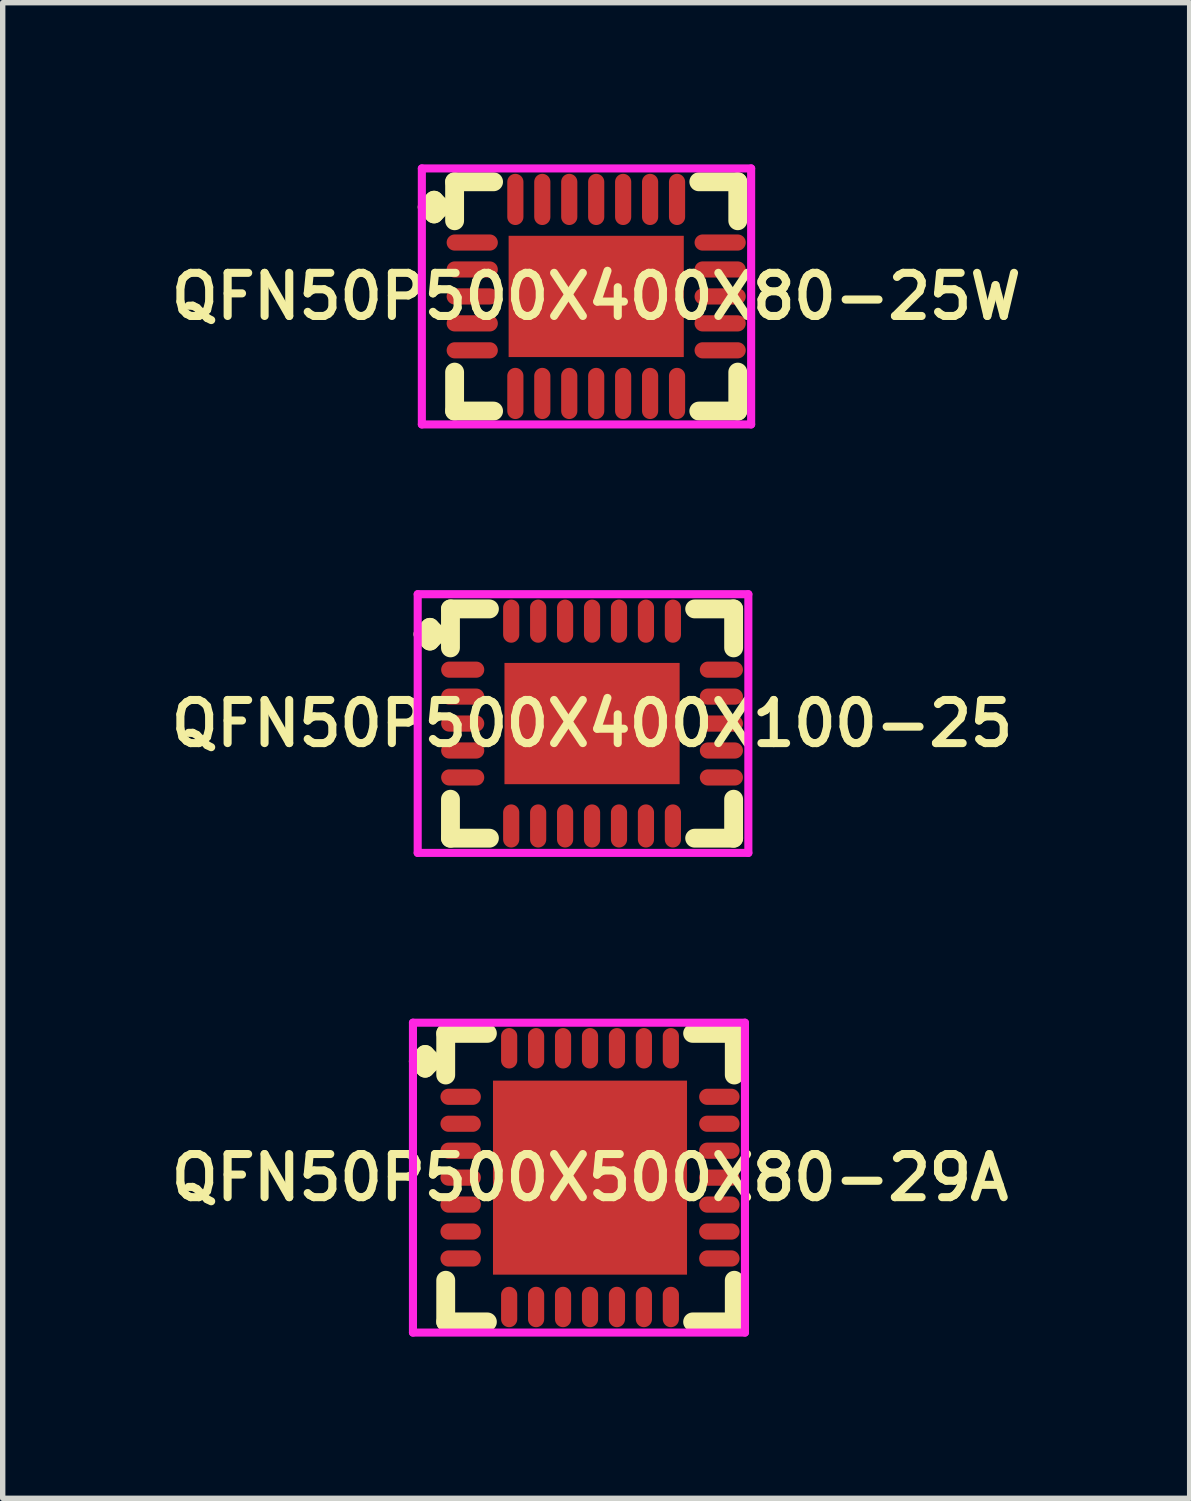
<source format=kicad_pcb>
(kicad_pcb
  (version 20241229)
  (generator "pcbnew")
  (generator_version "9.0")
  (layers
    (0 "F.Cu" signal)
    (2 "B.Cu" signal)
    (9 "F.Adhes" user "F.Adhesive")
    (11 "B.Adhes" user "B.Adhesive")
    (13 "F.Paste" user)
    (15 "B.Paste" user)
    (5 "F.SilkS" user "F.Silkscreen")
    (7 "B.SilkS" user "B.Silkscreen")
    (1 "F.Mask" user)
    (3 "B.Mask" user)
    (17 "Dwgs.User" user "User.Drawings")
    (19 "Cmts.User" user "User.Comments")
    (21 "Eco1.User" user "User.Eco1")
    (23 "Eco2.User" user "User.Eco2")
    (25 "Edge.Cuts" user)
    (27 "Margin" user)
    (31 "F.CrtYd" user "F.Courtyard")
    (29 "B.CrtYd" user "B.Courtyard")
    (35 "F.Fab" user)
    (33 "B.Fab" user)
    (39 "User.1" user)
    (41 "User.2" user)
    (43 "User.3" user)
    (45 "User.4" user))
  (footprint "QFN50P500X400X80-25W"
    (layer "F.Cu")
    (at 8.012 2.45)
    (property "Reference" "QFN50P500X400X80-25W" (at 0 0 0) (layer "F.SilkS") (effects (font (size 0.8 0.8) (thickness 0.15))))
    (attr smd)
    (fp_line (start -3.135 -1.658) (end -3.008 -1.785) (stroke (width 0.35) (type solid)) (layer "F.SilkS"))
    (fp_line (start -3.008 -1.785) (end -2.881 -1.658) (stroke (width 0.35) (type solid)) (layer "F.SilkS"))
    (fp_line (start -3.008 -1.531) (end -3.135 -1.658) (stroke (width 0.35) (type solid)) (layer "F.SilkS"))
    (fp_line (start -2.881 -1.658) (end -3.008 -1.531) (stroke (width 0.35) (type solid)) (layer "F.SilkS"))
    (fp_line (start -2.627 -2.127) (end -1.904 -2.127) (stroke (width 0.35) (type solid)) (layer "F.SilkS"))
    (fp_line (start -2.627 -1.404) (end -2.627 -2.127) (stroke (width 0.35) (type solid)) (layer "F.SilkS"))
    (fp_line (start -2.627 1.404) (end -2.627 2.127) (stroke (width 0.35) (type solid)) (layer "F.SilkS"))
    (fp_line (start -2.627 2.127) (end -1.904 2.127) (stroke (width 0.35) (type solid)) (layer "F.SilkS"))
    (fp_line (start 1.904 -2.127) (end 2.627 -2.127) (stroke (width 0.35) (type solid)) (layer "F.SilkS"))
    (fp_line (start 1.904 2.127) (end 2.627 2.127) (stroke (width 0.35) (type solid)) (layer "F.SilkS"))
    (fp_line (start 2.627 -2.127) (end 2.627 -1.404) (stroke (width 0.35) (type solid)) (layer "F.SilkS"))
    (fp_line (start 2.627 2.127) (end 2.627 1.404) (stroke (width 0.35) (type solid)) (layer "F.SilkS"))
    (fp_line (start -3.235 -2.375) (end 2.875 -2.375) (stroke (width 0.15) (type solid)) (layer "F.CrtYd"))
    (fp_line (start -3.235 2.375) (end -3.235 -2.375) (stroke (width 0.15) (type solid)) (layer "F.CrtYd"))
    (fp_line (start 2.875 -2.375) (end 2.875 2.375) (stroke (width 0.15) (type solid)) (layer "F.CrtYd"))
    (fp_line (start 2.875 2.375) (end -3.235 2.375) (stroke (width 0.15) (type solid)) (layer "F.CrtYd"))
    (pad "1" smd oval (at -2.3 -1) (size 0.95 0.3) (layers "F.Cu" "F.Mask" "F.Paste"))
    (pad "2" smd oval (at -2.3 -0.5) (size 0.95 0.3) (layers "F.Cu" "F.Mask" "F.Paste"))
    (pad "3" smd oval (at -2.3 0) (size 0.95 0.3) (layers "F.Cu" "F.Mask" "F.Paste"))
    (pad "4" smd oval (at -2.3 0.5) (size 0.95 0.3) (layers "F.Cu" "F.Mask" "F.Paste"))
    (pad "5" smd oval (at -2.3 1) (size 0.95 0.3) (layers "F.Cu" "F.Mask" "F.Paste"))
    (pad "6" smd oval (at -1.5 1.8) (size 0.3 0.95) (layers "F.Cu" "F.Mask" "F.Paste"))
    (pad "7" smd oval (at -1 1.8) (size 0.3 0.95) (layers "F.Cu" "F.Mask" "F.Paste"))
    (pad "8" smd oval (at -0.5 1.8) (size 0.3 0.95) (layers "F.Cu" "F.Mask" "F.Paste"))
    (pad "9" smd oval (at 0 1.8) (size 0.3 0.95) (layers "F.Cu" "F.Mask" "F.Paste"))
    (pad "10" smd oval (at 0.5 1.8) (size 0.3 0.95) (layers "F.Cu" "F.Mask" "F.Paste"))
    (pad "11" smd oval (at 1 1.8) (size 0.3 0.95) (layers "F.Cu" "F.Mask" "F.Paste"))
    (pad "12" smd oval (at 1.5 1.8) (size 0.3 0.95) (layers "F.Cu" "F.Mask" "F.Paste"))
    (pad "13" smd oval (at 2.3 1) (size 0.95 0.3) (layers "F.Cu" "F.Mask" "F.Paste"))
    (pad "14" smd oval (at 2.3 0.5) (size 0.95 0.3) (layers "F.Cu" "F.Mask" "F.Paste"))
    (pad "15" smd oval (at 2.3 0) (size 0.95 0.3) (layers "F.Cu" "F.Mask" "F.Paste"))
    (pad "16" smd oval (at 2.3 -0.5) (size 0.95 0.3) (layers "F.Cu" "F.Mask" "F.Paste"))
    (pad "17" smd oval (at 2.3 -1) (size 0.95 0.3) (layers "F.Cu" "F.Mask" "F.Paste"))
    (pad "18" smd oval (at 1.5 -1.8) (size 0.3 0.95) (layers "F.Cu" "F.Mask" "F.Paste"))
    (pad "19" smd oval (at 1 -1.8) (size 0.3 0.95) (layers "F.Cu" "F.Mask" "F.Paste"))
    (pad "20" smd oval (at 0.5 -1.8) (size 0.3 0.95) (layers "F.Cu" "F.Mask" "F.Paste"))
    (pad "21" smd oval (at 0 -1.8) (size 0.3 0.95) (layers "F.Cu" "F.Mask" "F.Paste"))
    (pad "22" smd oval (at -0.5 -1.8) (size 0.3 0.95) (layers "F.Cu" "F.Mask" "F.Paste"))
    (pad "23" smd oval (at -1 -1.8) (size 0.3 0.95) (layers "F.Cu" "F.Mask" "F.Paste"))
    (pad "24" smd oval (at -1.5 -1.8) (size 0.3 0.95) (layers "F.Cu" "F.Mask" "F.Paste"))
    (pad "25" smd rect (at 0 0) (size 3.25 2.25) (layers "F.Cu" "F.Mask" "F.Paste")))
  (footprint "QFN50P500X400X100-25"
    (layer "F.Cu")
    (at 7.935 10.375)
    (property "Reference" "QFN50P500X400X100-25" (at 0 0 0) (layer "F.SilkS") (effects (font (size 0.8 0.8) (thickness 0.15))))
    (attr smd)
    (fp_line (start -3.135 -1.658) (end -3.008 -1.785) (stroke (width 0.35) (type solid)) (layer "F.SilkS"))
    (fp_line (start -3.008 -1.785) (end -2.881 -1.658) (stroke (width 0.35) (type solid)) (layer "F.SilkS"))
    (fp_line (start -3.008 -1.531) (end -3.135 -1.658) (stroke (width 0.35) (type solid)) (layer "F.SilkS"))
    (fp_line (start -2.881 -1.658) (end -3.008 -1.531) (stroke (width 0.35) (type solid)) (layer "F.SilkS"))
    (fp_line (start -2.627 -2.127) (end -1.904 -2.127) (stroke (width 0.35) (type solid)) (layer "F.SilkS"))
    (fp_line (start -2.627 -1.404) (end -2.627 -2.127) (stroke (width 0.35) (type solid)) (layer "F.SilkS"))
    (fp_line (start -2.627 1.404) (end -2.627 2.127) (stroke (width 0.35) (type solid)) (layer "F.SilkS"))
    (fp_line (start -2.627 2.127) (end -1.904 2.127) (stroke (width 0.35) (type solid)) (layer "F.SilkS"))
    (fp_line (start 1.904 -2.127) (end 2.627 -2.127) (stroke (width 0.35) (type solid)) (layer "F.SilkS"))
    (fp_line (start 1.904 2.127) (end 2.627 2.127) (stroke (width 0.35) (type solid)) (layer "F.SilkS"))
    (fp_line (start 2.627 -2.127) (end 2.627 -1.404) (stroke (width 0.35) (type solid)) (layer "F.SilkS"))
    (fp_line (start 2.627 2.127) (end 2.627 1.404) (stroke (width 0.35) (type solid)) (layer "F.SilkS"))
    (fp_line (start -3.235 -2.4) (end 2.9 -2.4) (stroke (width 0.15) (type solid)) (layer "F.CrtYd"))
    (fp_line (start -3.235 2.4) (end -3.235 -2.4) (stroke (width 0.15) (type solid)) (layer "F.CrtYd"))
    (fp_line (start 2.9 -2.4) (end 2.9 2.4) (stroke (width 0.15) (type solid)) (layer "F.CrtYd"))
    (fp_line (start 2.9 2.4) (end -3.235 2.4) (stroke (width 0.15) (type solid)) (layer "F.CrtYd"))
    (pad "1" smd oval (at -2.4 -1) (size 0.8 0.3) (layers "F.Cu" "F.Mask" "F.Paste"))
    (pad "2" smd oval (at -2.4 -0.5) (size 0.8 0.3) (layers "F.Cu" "F.Mask" "F.Paste"))
    (pad "3" smd oval (at -2.4 0) (size 0.8 0.3) (layers "F.Cu" "F.Mask" "F.Paste"))
    (pad "4" smd oval (at -2.4 0.5) (size 0.8 0.3) (layers "F.Cu" "F.Mask" "F.Paste"))
    (pad "5" smd oval (at -2.4 1) (size 0.8 0.3) (layers "F.Cu" "F.Mask" "F.Paste"))
    (pad "6" smd oval (at -1.5 1.9) (size 0.3 0.8) (layers "F.Cu" "F.Mask" "F.Paste"))
    (pad "7" smd oval (at -1 1.9) (size 0.3 0.8) (layers "F.Cu" "F.Mask" "F.Paste"))
    (pad "8" smd oval (at -0.5 1.9) (size 0.3 0.8) (layers "F.Cu" "F.Mask" "F.Paste"))
    (pad "9" smd oval (at 0 1.9) (size 0.3 0.8) (layers "F.Cu" "F.Mask" "F.Paste"))
    (pad "10" smd oval (at 0.5 1.9) (size 0.3 0.8) (layers "F.Cu" "F.Mask" "F.Paste"))
    (pad "11" smd oval (at 1 1.9) (size 0.3 0.8) (layers "F.Cu" "F.Mask" "F.Paste"))
    (pad "12" smd oval (at 1.5 1.9) (size 0.3 0.8) (layers "F.Cu" "F.Mask" "F.Paste"))
    (pad "13" smd oval (at 2.4 1) (size 0.8 0.3) (layers "F.Cu" "F.Mask" "F.Paste"))
    (pad "14" smd oval (at 2.4 0.5) (size 0.8 0.3) (layers "F.Cu" "F.Mask" "F.Paste"))
    (pad "15" smd oval (at 2.4 0) (size 0.8 0.3) (layers "F.Cu" "F.Mask" "F.Paste"))
    (pad "16" smd oval (at 2.4 -0.5) (size 0.8 0.3) (layers "F.Cu" "F.Mask" "F.Paste"))
    (pad "17" smd oval (at 2.4 -1) (size 0.8 0.3) (layers "F.Cu" "F.Mask" "F.Paste"))
    (pad "18" smd oval (at 1.5 -1.9) (size 0.3 0.8) (layers "F.Cu" "F.Mask" "F.Paste"))
    (pad "19" smd oval (at 1 -1.9) (size 0.3 0.8) (layers "F.Cu" "F.Mask" "F.Paste"))
    (pad "20" smd oval (at 0.5 -1.9) (size 0.3 0.8) (layers "F.Cu" "F.Mask" "F.Paste"))
    (pad "21" smd oval (at 0 -1.9) (size 0.3 0.8) (layers "F.Cu" "F.Mask" "F.Paste"))
    (pad "22" smd oval (at -0.5 -1.9) (size 0.3 0.8) (layers "F.Cu" "F.Mask" "F.Paste"))
    (pad "23" smd oval (at -1 -1.9) (size 0.3 0.8) (layers "F.Cu" "F.Mask" "F.Paste"))
    (pad "24" smd oval (at -1.5 -1.9) (size 0.3 0.8) (layers "F.Cu" "F.Mask" "F.Paste"))
    (pad "25" smd rect (at 0 0) (size 3.25 2.25) (layers "F.Cu" "F.Mask" "F.Paste")))
  (footprint "QFN50P500X500X80-29A"
    (layer "F.Cu")
    (at 7.897 18.8)
    (property "Reference" "QFN50P500X500X80-29A" (at 0 0 0) (layer "F.SilkS") (effects (font (size 0.8 0.8) (thickness 0.15))))
    (attr smd)
    (fp_line (start -3.185 -2.158) (end -3.058 -2.285) (stroke (width 0.35) (type solid)) (layer "F.SilkS"))
    (fp_line (start -3.058 -2.285) (end -2.931 -2.158) (stroke (width 0.35) (type solid)) (layer "F.SilkS"))
    (fp_line (start -3.058 -2.031) (end -3.185 -2.158) (stroke (width 0.35) (type solid)) (layer "F.SilkS"))
    (fp_line (start -2.931 -2.158) (end -3.058 -2.031) (stroke (width 0.35) (type solid)) (layer "F.SilkS"))
    (fp_line (start -2.677 -2.677) (end -1.904 -2.677) (stroke (width 0.35) (type solid)) (layer "F.SilkS"))
    (fp_line (start -2.677 -1.904) (end -2.677 -2.677) (stroke (width 0.35) (type solid)) (layer "F.SilkS"))
    (fp_line (start -2.677 1.904) (end -2.677 2.677) (stroke (width 0.35) (type solid)) (layer "F.SilkS"))
    (fp_line (start -2.677 2.677) (end -1.904 2.677) (stroke (width 0.35) (type solid)) (layer "F.SilkS"))
    (fp_line (start 1.904 -2.677) (end 2.677 -2.677) (stroke (width 0.35) (type solid)) (layer "F.SilkS"))
    (fp_line (start 1.904 2.677) (end 2.677 2.677) (stroke (width 0.35) (type solid)) (layer "F.SilkS"))
    (fp_line (start 2.677 -2.677) (end 2.677 -1.904) (stroke (width 0.35) (type solid)) (layer "F.SilkS"))
    (fp_line (start 2.677 2.677) (end 2.677 1.904) (stroke (width 0.35) (type solid)) (layer "F.SilkS"))
    (fp_line (start -3.285 -2.875) (end 2.875 -2.875) (stroke (width 0.15) (type solid)) (layer "F.CrtYd"))
    (fp_line (start -3.285 2.875) (end -3.285 -2.875) (stroke (width 0.15) (type solid)) (layer "F.CrtYd"))
    (fp_line (start 2.875 -2.875) (end 2.875 2.875) (stroke (width 0.15) (type solid)) (layer "F.CrtYd"))
    (fp_line (start 2.875 2.875) (end -3.285 2.875) (stroke (width 0.15) (type solid)) (layer "F.CrtYd"))
    (pad "1" smd oval (at -2.4 -1.5) (size 0.75 0.3) (layers "F.Cu" "F.Mask" "F.Paste"))
    (pad "2" smd oval (at -2.4 -1) (size 0.75 0.3) (layers "F.Cu" "F.Mask" "F.Paste"))
    (pad "3" smd oval (at -2.4 -0.5) (size 0.75 0.3) (layers "F.Cu" "F.Mask" "F.Paste"))
    (pad "4" smd oval (at -2.4 0) (size 0.75 0.3) (layers "F.Cu" "F.Mask" "F.Paste"))
    (pad "5" smd oval (at -2.4 0.5) (size 0.75 0.3) (layers "F.Cu" "F.Mask" "F.Paste"))
    (pad "6" smd oval (at -2.4 1) (size 0.75 0.3) (layers "F.Cu" "F.Mask" "F.Paste"))
    (pad "7" smd oval (at -2.4 1.5) (size 0.75 0.3) (layers "F.Cu" "F.Mask" "F.Paste"))
    (pad "8" smd oval (at -1.5 2.4) (size 0.3 0.75) (layers "F.Cu" "F.Mask" "F.Paste"))
    (pad "9" smd oval (at -1 2.4) (size 0.3 0.75) (layers "F.Cu" "F.Mask" "F.Paste"))
    (pad "10" smd oval (at -0.5 2.4) (size 0.3 0.75) (layers "F.Cu" "F.Mask" "F.Paste"))
    (pad "11" smd oval (at 0 2.4) (size 0.3 0.75) (layers "F.Cu" "F.Mask" "F.Paste"))
    (pad "12" smd oval (at 0.5 2.4) (size 0.3 0.75) (layers "F.Cu" "F.Mask" "F.Paste"))
    (pad "13" smd oval (at 1 2.4) (size 0.3 0.75) (layers "F.Cu" "F.Mask" "F.Paste"))
    (pad "14" smd oval (at 1.5 2.4) (size 0.3 0.75) (layers "F.Cu" "F.Mask" "F.Paste"))
    (pad "15" smd oval (at 2.4 1.5) (size 0.75 0.3) (layers "F.Cu" "F.Mask" "F.Paste"))
    (pad "16" smd oval (at 2.4 1) (size 0.75 0.3) (layers "F.Cu" "F.Mask" "F.Paste"))
    (pad "17" smd oval (at 2.4 0.5) (size 0.75 0.3) (layers "F.Cu" "F.Mask" "F.Paste"))
    (pad "18" smd oval (at 2.4 0) (size 0.75 0.3) (layers "F.Cu" "F.Mask" "F.Paste"))
    (pad "19" smd oval (at 2.4 -0.5) (size 0.75 0.3) (layers "F.Cu" "F.Mask" "F.Paste"))
    (pad "20" smd oval (at 2.4 -1) (size 0.75 0.3) (layers "F.Cu" "F.Mask" "F.Paste"))
    (pad "21" smd oval (at 2.4 -1.5) (size 0.75 0.3) (layers "F.Cu" "F.Mask" "F.Paste"))
    (pad "22" smd oval (at 1.5 -2.4) (size 0.3 0.75) (layers "F.Cu" "F.Mask" "F.Paste"))
    (pad "23" smd oval (at 1 -2.4) (size 0.3 0.75) (layers "F.Cu" "F.Mask" "F.Paste"))
    (pad "24" smd oval (at 0.5 -2.4) (size 0.3 0.75) (layers "F.Cu" "F.Mask" "F.Paste"))
    (pad "25" smd oval (at 0 -2.4) (size 0.3 0.75) (layers "F.Cu" "F.Mask" "F.Paste"))
    (pad "26" smd oval (at -0.5 -2.4) (size 0.3 0.75) (layers "F.Cu" "F.Mask" "F.Paste"))
    (pad "27" smd oval (at -1 -2.4) (size 0.3 0.75) (layers "F.Cu" "F.Mask" "F.Paste"))
    (pad "28" smd oval (at -1.5 -2.4) (size 0.3 0.75) (layers "F.Cu" "F.Mask" "F.Paste"))
    (pad "29" smd rect (at 0 0) (size 3.6 3.6) (layers "F.Cu" "F.Mask" "F.Paste")))
  (gr_rect
    (start -3 -3)
    (end 19.023 24.75)
    (stroke (width 0.1) (type default))
    (fill no)
    (layer "Edge.Cuts")))
</source>
